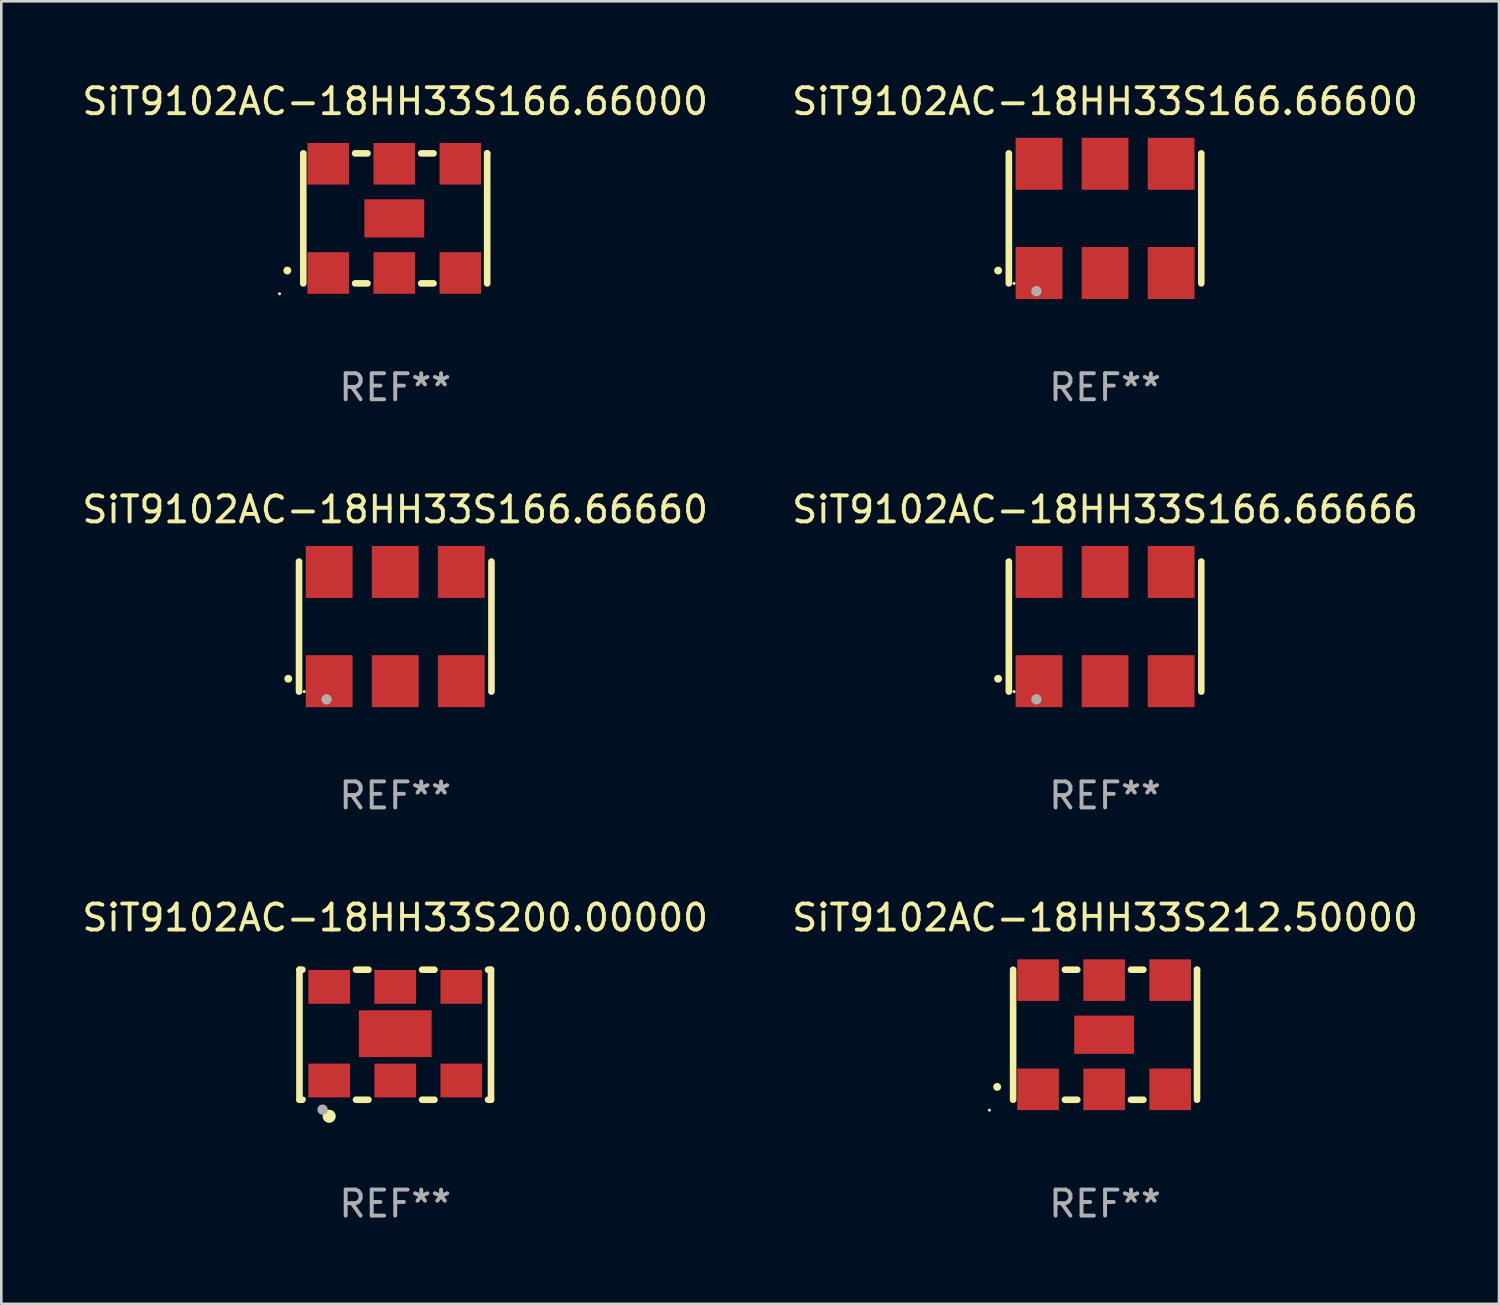
<source format=kicad_pcb>
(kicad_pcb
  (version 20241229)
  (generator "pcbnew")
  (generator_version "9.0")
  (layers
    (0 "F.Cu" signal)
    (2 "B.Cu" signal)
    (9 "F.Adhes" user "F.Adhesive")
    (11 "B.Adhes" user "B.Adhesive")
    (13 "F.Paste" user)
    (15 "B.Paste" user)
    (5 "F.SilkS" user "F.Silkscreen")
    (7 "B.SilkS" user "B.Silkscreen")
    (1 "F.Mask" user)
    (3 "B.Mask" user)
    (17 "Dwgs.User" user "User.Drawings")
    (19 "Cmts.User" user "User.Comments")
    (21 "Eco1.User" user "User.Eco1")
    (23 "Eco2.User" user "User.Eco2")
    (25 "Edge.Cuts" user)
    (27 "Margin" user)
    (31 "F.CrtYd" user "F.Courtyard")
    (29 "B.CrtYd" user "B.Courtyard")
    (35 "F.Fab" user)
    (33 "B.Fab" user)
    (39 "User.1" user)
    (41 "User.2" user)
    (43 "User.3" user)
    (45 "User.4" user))
  (footprint "SiT9102AC-18HH33S166.66660"
    (layer "F.Cu")
    (at 12.149 21.045)
    (property "Reference" "SiT9102AC-18HH33S166.66660" (at 0 -4.5 0) (layer "F.SilkS") (effects (font (size 1 1) (thickness 0.15))))
    (attr through_hole)
    (fp_line (start -3.7 -2.5) (end -3.7 2.5) (stroke (width 0.254) (type solid)) (layer "F.SilkS"))
    (fp_line (start 3.7 -2.5) (end 3.7 2.5) (stroke (width 0.254) (type solid)) (layer "F.SilkS"))
    (fp_arc (start -4.114415 2.006604) (mid -4.113145 2.006599) (end -4.111875 2.006604) (stroke (width 0.3) (type solid)) (layer "F.SilkS"))
    (fp_circle (center -3.5 2.501) (end -3.47 2.501) (stroke (width 0.06) (type solid)) (fill no) (layer "F.SilkS"))
    (fp_circle (center -2.641 2.799) (end -2.541 2.799) (stroke (width 0.2) (type solid)) (fill no) (layer "F.Fab"))
    (fp_text user "REF**" (at 0 6.5 0) (layer "F.Fab") (effects (font (size 1 1) (thickness 0.15))))
    (pad "1" smd rect (at -2.54 2.1) (size 1.8 2) (layers "F.Cu" "F.Mask" "F.Paste"))
    (pad "2" smd rect (at 0.000394 2.1) (size 1.8 2) (layers "F.Cu" "F.Mask" "F.Paste"))
    (pad "3" smd rect (at 2.54 2.1) (size 1.8 2) (layers "F.Cu" "F.Mask" "F.Paste"))
    (pad "4" smd rect (at 2.54 -2.1) (size 1.8 2) (layers "F.Cu" "F.Mask" "F.Paste"))
    (pad "5" smd rect (at 0.000394 -2.1) (size 1.8 2) (layers "F.Cu" "F.Mask" "F.Paste"))
    (pad "6" smd rect (at -2.54 -2.1) (size 1.8 2) (layers "F.Cu" "F.Mask" "F.Paste")))
  (footprint "SiT9102AC-18HH33S200.00000"
    (layer "F.Cu")
    (at 12.149 36.741)
    (property "Reference" "SiT9102AC-18HH33S200.00000" (at 0 -4.5 0) (layer "F.SilkS") (effects (font (size 1 1) (thickness 0.15))))
    (attr through_hole)
    (fp_line (start -3.683 -2.5) (end -3.571 -2.5) (stroke (width 0.254) (type solid)) (layer "F.SilkS"))
    (fp_line (start -3.683 2.5) (end -3.683 -2.5) (stroke (width 0.254) (type solid)) (layer "F.SilkS"))
    (fp_line (start -3.683 2.5) (end -3.571 2.5) (stroke (width 0.254) (type solid)) (layer "F.SilkS"))
    (fp_line (start -1.509 -2.5) (end -1.031 -2.5) (stroke (width 0.254) (type solid)) (layer "F.SilkS"))
    (fp_line (start -1.509 2.5) (end -1.031 2.5) (stroke (width 0.254) (type solid)) (layer "F.SilkS"))
    (fp_line (start 1.031 -2.5) (end 1.509 -2.5) (stroke (width 0.254) (type solid)) (layer "F.SilkS"))
    (fp_line (start 1.031 2.5) (end 1.509 2.5) (stroke (width 0.254) (type solid)) (layer "F.SilkS"))
    (fp_line (start 3.571 -2.5) (end 3.683 -2.5) (stroke (width 0.254) (type solid)) (layer "F.SilkS"))
    (fp_line (start 3.571 2.5) (end 3.683 2.5) (stroke (width 0.254) (type solid)) (layer "F.SilkS"))
    (fp_line (start 3.683 2.5) (end 3.683 -2.5) (stroke (width 0.254) (type solid)) (layer "F.SilkS"))
    (fp_circle (center -3.5 2.46) (end -3.47 2.46) (stroke (width 0.06) (type solid)) (fill no) (layer "F.SilkS"))
    (fp_circle (center -2.54 3.135) (end -2.413 3.135) (stroke (width 0.254) (type solid)) (fill no) (layer "F.SilkS"))
    (fp_circle (center -2.794 2.881) (end -2.694 2.881) (stroke (width 0.2) (type solid)) (fill no) (layer "F.Fab"))
    (fp_text user "REF**" (at 0 6.5 0) (layer "F.Fab") (effects (font (size 1 1) (thickness 0.15))))
    (pad "1" smd rect (at -2.54 1.76) (size 1.6 1.3) (layers "F.Cu" "F.Mask" "F.Paste"))
    (pad "2" smd rect (at 0 1.76) (size 1.6 1.3) (layers "F.Cu" "F.Mask" "F.Paste"))
    (pad "3" smd rect (at 2.54 1.76) (size 1.6 1.3) (layers "F.Cu" "F.Mask" "F.Paste"))
    (pad "4" smd rect (at 2.54 -1.84) (size 1.6 1.3) (layers "F.Cu" "F.Mask" "F.Paste"))
    (pad "5" smd rect (at 0 -1.84) (size 1.6 1.3) (layers "F.Cu" "F.Mask" "F.Paste"))
    (pad "6" smd rect (at -2.54 -1.84) (size 1.6 1.3) (layers "F.Cu" "F.Mask" "F.Paste"))
    (pad "7" smd rect (at 0 -0.04) (size 2.8 1.8) (layers "F.Cu" "F.Mask" "F.Paste")))
  (footprint "SiT9102AC-18HH33S212.50000"
    (layer "F.Cu")
    (at 39.446 36.741)
    (property "Reference" "SiT9102AC-18HH33S212.50000" (at 0 -4.5 0) (layer "F.SilkS") (effects (font (size 1 1) (thickness 0.15))))
    (attr through_hole)
    (fp_line (start -3.536 -2.5) (end -3.536 2.5) (stroke (width 0.254) (type solid)) (layer "F.SilkS"))
    (fp_line (start -1.544 2.5) (end -1.067 2.5) (stroke (width 0.254) (type solid)) (layer "F.SilkS"))
    (fp_line (start -1.067 -2.5) (end -1.544 -2.5) (stroke (width 0.254) (type solid)) (layer "F.SilkS"))
    (fp_line (start 0.996 2.5) (end 1.473 2.5) (stroke (width 0.254) (type solid)) (layer "F.SilkS"))
    (fp_line (start 1.473 -2.5) (end 0.996 -2.5) (stroke (width 0.254) (type solid)) (layer "F.SilkS"))
    (fp_line (start 3.536 -2.5) (end 3.536 -2.5) (stroke (width 0.254) (type solid)) (layer "F.SilkS"))
    (fp_line (start 3.536 2.5) (end 3.536 -2.5) (stroke (width 0.254) (type solid)) (layer "F.SilkS"))
    (fp_arc (start -4.150432 2.006604) (mid -4.149162 2.006599) (end -4.147892 2.006604) (stroke (width 0.3) (type solid)) (layer "F.SilkS"))
    (fp_circle (center -4.449 2.9) (end -4.419 2.9) (stroke (width 0.06) (type solid)) (fill no) (layer "F.SilkS"))
    (fp_text user "REF**" (at 0 6.5 0) (layer "F.Fab") (effects (font (size 1 1) (thickness 0.15))))
    (pad "1" smd rect (at -2.576 2.1) (size 1.6 1.6) (layers "F.Cu" "F.Mask" "F.Paste"))
    (pad "2" smd rect (at -0.036 2.1) (size 1.6 1.6) (layers "F.Cu" "F.Mask" "F.Paste"))
    (pad "3" smd rect (at 2.504 2.1) (size 1.6 1.6) (layers "F.Cu" "F.Mask" "F.Paste"))
    (pad "4" smd rect (at 2.504 -2.1) (size 1.6 1.6) (layers "F.Cu" "F.Mask" "F.Paste"))
    (pad "5" smd rect (at -0.036 -2.1) (size 1.6 1.6) (layers "F.Cu" "F.Mask" "F.Paste"))
    (pad "6" smd rect (at -2.576 -2.1) (size 1.6 1.6) (layers "F.Cu" "F.Mask" "F.Paste"))
    (pad "7" smd rect (at -0.036 0) (size 2.3 1.47) (layers "F.Cu" "F.Mask" "F.Paste")))
  (footprint "SiT9102AC-18HH33S166.66666"
    (layer "F.Cu")
    (at 39.446 21.045)
    (property "Reference" "SiT9102AC-18HH33S166.66666" (at 0 -4.5 0) (layer "F.SilkS") (effects (font (size 1 1) (thickness 0.15))))
    (attr through_hole)
    (fp_line (start -3.7 -2.5) (end -3.7 2.5) (stroke (width 0.254) (type solid)) (layer "F.SilkS"))
    (fp_line (start 3.7 -2.5) (end 3.7 2.5) (stroke (width 0.254) (type solid)) (layer "F.SilkS"))
    (fp_arc (start -4.114415 2.006604) (mid -4.113145 2.006599) (end -4.111875 2.006604) (stroke (width 0.3) (type solid)) (layer "F.SilkS"))
    (fp_circle (center -3.5 2.501) (end -3.47 2.501) (stroke (width 0.06) (type solid)) (fill no) (layer "F.SilkS"))
    (fp_circle (center -2.641 2.799) (end -2.541 2.799) (stroke (width 0.2) (type solid)) (fill no) (layer "F.Fab"))
    (fp_text user "REF**" (at 0 6.5 0) (layer "F.Fab") (effects (font (size 1 1) (thickness 0.15))))
    (pad "1" smd rect (at -2.54 2.1) (size 1.8 2) (layers "F.Cu" "F.Mask" "F.Paste"))
    (pad "2" smd rect (at 0.000394 2.1) (size 1.8 2) (layers "F.Cu" "F.Mask" "F.Paste"))
    (pad "3" smd rect (at 2.54 2.1) (size 1.8 2) (layers "F.Cu" "F.Mask" "F.Paste"))
    (pad "4" smd rect (at 2.54 -2.1) (size 1.8 2) (layers "F.Cu" "F.Mask" "F.Paste"))
    (pad "5" smd rect (at 0.000394 -2.1) (size 1.8 2) (layers "F.Cu" "F.Mask" "F.Paste"))
    (pad "6" smd rect (at -2.54 -2.1) (size 1.8 2) (layers "F.Cu" "F.Mask" "F.Paste")))
  (footprint "SiT9102AC-18HH33S166.66600"
    (layer "F.Cu")
    (at 39.446 5.348)
    (property "Reference" "SiT9102AC-18HH33S166.66600" (at 0 -4.5 0) (layer "F.SilkS") (effects (font (size 1 1) (thickness 0.15))))
    (attr through_hole)
    (fp_line (start -3.7 -2.5) (end -3.7 2.5) (stroke (width 0.254) (type solid)) (layer "F.SilkS"))
    (fp_line (start 3.7 -2.5) (end 3.7 2.5) (stroke (width 0.254) (type solid)) (layer "F.SilkS"))
    (fp_arc (start -4.114415 2.006604) (mid -4.113145 2.006599) (end -4.111875 2.006604) (stroke (width 0.3) (type solid)) (layer "F.SilkS"))
    (fp_circle (center -3.5 2.501) (end -3.47 2.501) (stroke (width 0.06) (type solid)) (fill no) (layer "F.SilkS"))
    (fp_circle (center -2.641 2.799) (end -2.541 2.799) (stroke (width 0.2) (type solid)) (fill no) (layer "F.Fab"))
    (fp_text user "REF**" (at 0 6.5 0) (layer "F.Fab") (effects (font (size 1 1) (thickness 0.15))))
    (pad "1" smd rect (at -2.54 2.1) (size 1.8 2) (layers "F.Cu" "F.Mask" "F.Paste"))
    (pad "2" smd rect (at 0.000394 2.1) (size 1.8 2) (layers "F.Cu" "F.Mask" "F.Paste"))
    (pad "3" smd rect (at 2.54 2.1) (size 1.8 2) (layers "F.Cu" "F.Mask" "F.Paste"))
    (pad "4" smd rect (at 2.54 -2.1) (size 1.8 2) (layers "F.Cu" "F.Mask" "F.Paste"))
    (pad "5" smd rect (at 0.000394 -2.1) (size 1.8 2) (layers "F.Cu" "F.Mask" "F.Paste"))
    (pad "6" smd rect (at -2.54 -2.1) (size 1.8 2) (layers "F.Cu" "F.Mask" "F.Paste")))
  (footprint "SiT9102AC-18HH33S166.66000"
    (layer "F.Cu")
    (at 12.149 5.348)
    (property "Reference" "SiT9102AC-18HH33S166.66000" (at 0 -4.5 0) (layer "F.SilkS") (effects (font (size 1 1) (thickness 0.15))))
    (attr through_hole)
    (fp_line (start -3.536 -2.5) (end -3.536 2.5) (stroke (width 0.254) (type solid)) (layer "F.SilkS"))
    (fp_line (start -1.544 2.5) (end -1.067 2.5) (stroke (width 0.254) (type solid)) (layer "F.SilkS"))
    (fp_line (start -1.067 -2.5) (end -1.544 -2.5) (stroke (width 0.254) (type solid)) (layer "F.SilkS"))
    (fp_line (start 0.996 2.5) (end 1.473 2.5) (stroke (width 0.254) (type solid)) (layer "F.SilkS"))
    (fp_line (start 1.473 -2.5) (end 0.996 -2.5) (stroke (width 0.254) (type solid)) (layer "F.SilkS"))
    (fp_line (start 3.536 -2.5) (end 3.536 -2.5) (stroke (width 0.254) (type solid)) (layer "F.SilkS"))
    (fp_line (start 3.536 2.5) (end 3.536 -2.5) (stroke (width 0.254) (type solid)) (layer "F.SilkS"))
    (fp_arc (start -4.150432 2.006604) (mid -4.149162 2.006599) (end -4.147892 2.006604) (stroke (width 0.3) (type solid)) (layer "F.SilkS"))
    (fp_circle (center -4.449 2.9) (end -4.419 2.9) (stroke (width 0.06) (type solid)) (fill no) (layer "F.SilkS"))
    (fp_text user "REF**" (at 0 6.5 0) (layer "F.Fab") (effects (font (size 1 1) (thickness 0.15))))
    (pad "1" smd rect (at -2.576 2.1) (size 1.6 1.6) (layers "F.Cu" "F.Mask" "F.Paste"))
    (pad "2" smd rect (at -0.036 2.1) (size 1.6 1.6) (layers "F.Cu" "F.Mask" "F.Paste"))
    (pad "3" smd rect (at 2.504 2.1) (size 1.6 1.6) (layers "F.Cu" "F.Mask" "F.Paste"))
    (pad "4" smd rect (at 2.504 -2.1) (size 1.6 1.6) (layers "F.Cu" "F.Mask" "F.Paste"))
    (pad "5" smd rect (at -0.036 -2.1) (size 1.6 1.6) (layers "F.Cu" "F.Mask" "F.Paste"))
    (pad "6" smd rect (at -2.576 -2.1) (size 1.6 1.6) (layers "F.Cu" "F.Mask" "F.Paste"))
    (pad "7" smd rect (at -0.036 0) (size 2.3 1.47) (layers "F.Cu" "F.Mask" "F.Paste")))
  (gr_rect
    (start -3 -3)
    (end 54.595 47.09)
    (stroke (width 0.1) (type default))
    (fill no)
    (layer "Edge.Cuts")))
</source>
